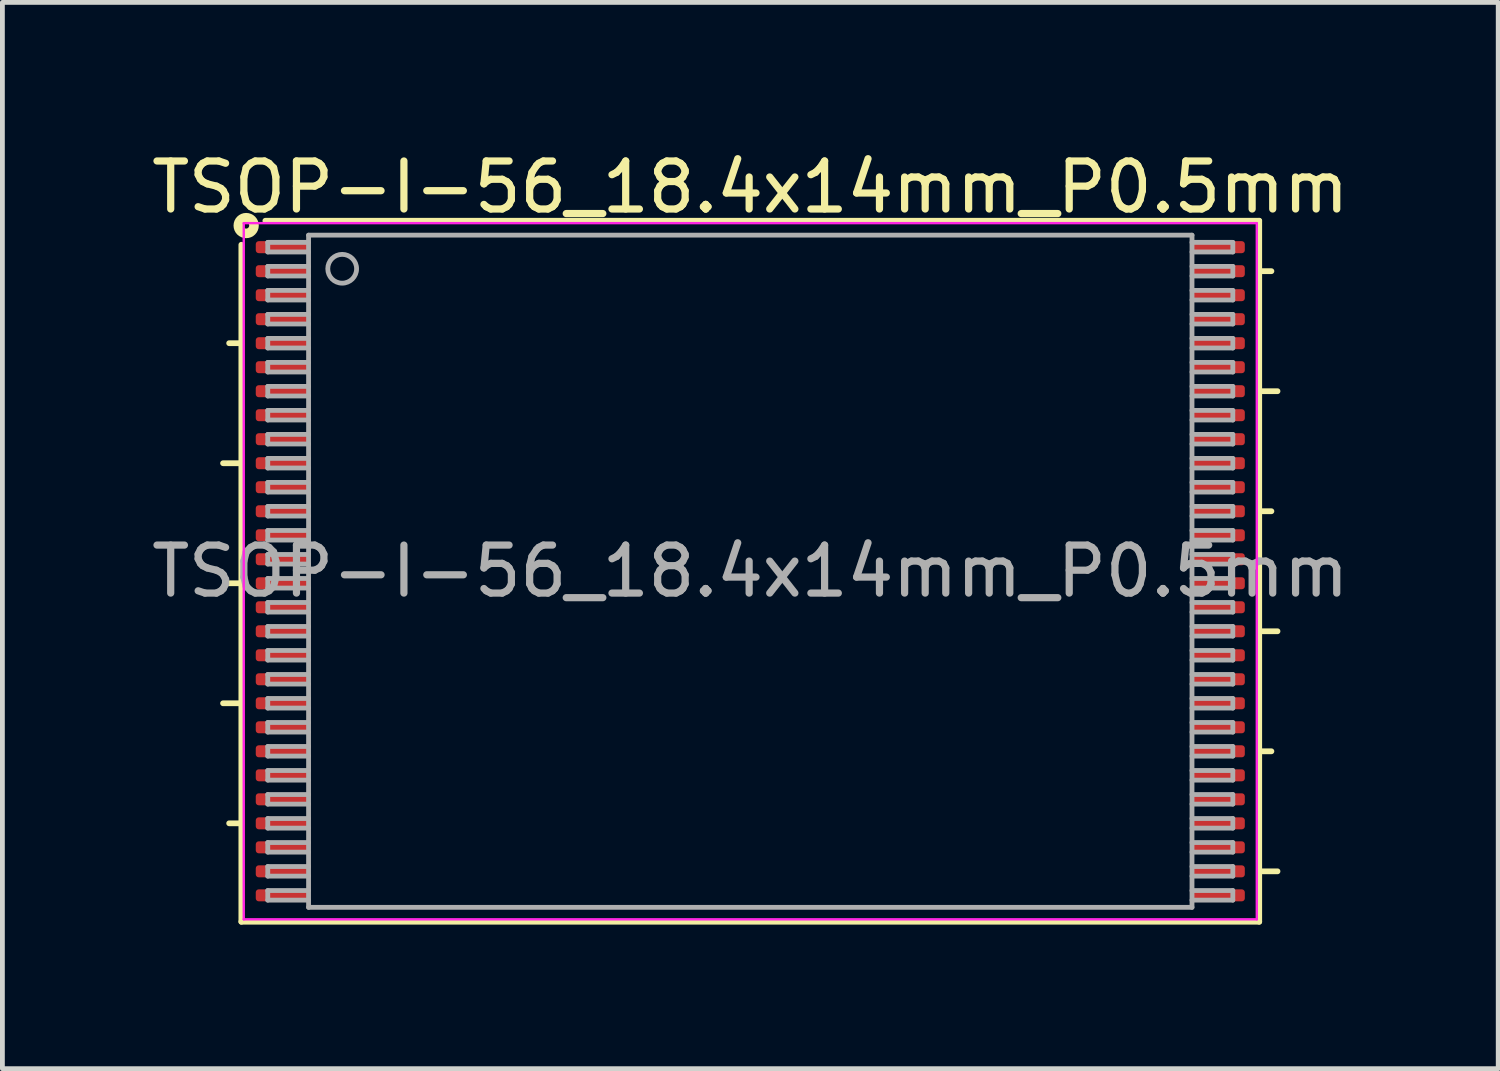
<source format=kicad_pcb>
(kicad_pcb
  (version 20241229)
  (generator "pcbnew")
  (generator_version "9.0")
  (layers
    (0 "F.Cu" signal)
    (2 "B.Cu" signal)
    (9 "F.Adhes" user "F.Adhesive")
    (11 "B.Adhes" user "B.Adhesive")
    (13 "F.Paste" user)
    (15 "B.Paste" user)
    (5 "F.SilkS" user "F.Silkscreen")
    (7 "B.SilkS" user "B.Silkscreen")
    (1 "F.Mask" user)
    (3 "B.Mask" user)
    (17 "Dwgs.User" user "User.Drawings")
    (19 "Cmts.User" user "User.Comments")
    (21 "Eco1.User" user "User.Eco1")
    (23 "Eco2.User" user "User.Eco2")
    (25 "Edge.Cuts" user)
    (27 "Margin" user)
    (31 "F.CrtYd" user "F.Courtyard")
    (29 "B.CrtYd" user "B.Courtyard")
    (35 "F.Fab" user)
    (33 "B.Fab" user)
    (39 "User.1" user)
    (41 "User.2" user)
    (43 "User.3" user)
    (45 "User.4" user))
  (footprint "TSOP-I-56_18.4x14mm_P0.5mm"
    (layer "F.Cu")
    (at 12.577 8.848)
    (property "Reference" "TSOP-I-56_18.4x14mm_P0.5mm" (at 0 -8 0) (layer "F.SilkS") (effects (font (size 1 1) (thickness 0.15))))
    (attr smd)
    (fp_line (start -10.981 -2.25) (end -10.6 -2.25) (stroke (width 0.12) (type solid)) (layer "F.SilkS"))
    (fp_line (start -10.981 2.75) (end -10.6 2.75) (stroke (width 0.12) (type solid)) (layer "F.SilkS"))
    (fp_line (start -10.854 -4.75) (end -10.6 -4.75) (stroke (width 0.12) (type solid)) (layer "F.SilkS"))
    (fp_line (start -10.854 0.25) (end -10.6 0.25) (stroke (width 0.12) (type solid)) (layer "F.SilkS"))
    (fp_line (start -10.854 5.25) (end -10.6 5.25) (stroke (width 0.12) (type solid)) (layer "F.SilkS"))
    (fp_line (start -10.6 -6.8) (end -10.6 7.3) (stroke (width 0.12) (type solid)) (layer "F.SilkS"))
    (fp_line (start -10.6 7.3) (end 10.6 7.3) (stroke (width 0.12) (type solid)) (layer "F.SilkS"))
    (fp_line (start 10.6 -7.3) (end -10.1 -7.3) (stroke (width 0.12) (type solid)) (layer "F.SilkS"))
    (fp_line (start 10.6 7.3) (end 10.6 -7.3) (stroke (width 0.12) (type solid)) (layer "F.SilkS"))
    (fp_line (start 10.854 -6.25) (end 10.6 -6.25) (stroke (width 0.12) (type solid)) (layer "F.SilkS"))
    (fp_line (start 10.854 -1.25) (end 10.6 -1.25) (stroke (width 0.12) (type solid)) (layer "F.SilkS"))
    (fp_line (start 10.854 3.75) (end 10.6 3.75) (stroke (width 0.12) (type solid)) (layer "F.SilkS"))
    (fp_line (start 10.981 -3.75) (end 10.6 -3.75) (stroke (width 0.12) (type solid)) (layer "F.SilkS"))
    (fp_line (start 10.981 1.25) (end 10.6 1.25) (stroke (width 0.12) (type solid)) (layer "F.SilkS"))
    (fp_line (start 10.981 6.25) (end 10.6 6.25) (stroke (width 0.12) (type solid)) (layer "F.SilkS"))
    (fp_circle (center -10.5 -7.2) (end -10.437 -7.2) (stroke (width 0.2) (type solid)) (fill no) (layer "F.SilkS"))
    (fp_line (start -10.55 -7.25) (end 10.55 -7.25) (stroke (width 0.05) (type solid)) (layer "F.CrtYd"))
    (fp_line (start -10.55 7.25) (end -10.55 -7.25) (stroke (width 0.05) (type solid)) (layer "F.CrtYd"))
    (fp_line (start 10.55 -7.25) (end 10.55 7.25) (stroke (width 0.05) (type solid)) (layer "F.CrtYd"))
    (fp_line (start 10.55 7.25) (end -10.55 7.25) (stroke (width 0.05) (type solid)) (layer "F.CrtYd"))
    (fp_line (start -10.05 -6.85) (end -10.05 -6.65) (stroke (width 0.1) (type solid)) (layer "F.Fab"))
    (fp_line (start -10.05 -6.85) (end -9.2 -6.85) (stroke (width 0.1) (type solid)) (layer "F.Fab"))
    (fp_line (start -10.05 -6.65) (end -9.2 -6.65) (stroke (width 0.1) (type solid)) (layer "F.Fab"))
    (fp_line (start -10.05 -6.35) (end -10.05 -6.15) (stroke (width 0.1) (type solid)) (layer "F.Fab"))
    (fp_line (start -10.05 -6.35) (end -9.2 -6.35) (stroke (width 0.1) (type solid)) (layer "F.Fab"))
    (fp_line (start -10.05 -6.15) (end -9.2 -6.15) (stroke (width 0.1) (type solid)) (layer "F.Fab"))
    (fp_line (start -10.05 -5.85) (end -10.05 -5.65) (stroke (width 0.1) (type solid)) (layer "F.Fab"))
    (fp_line (start -10.05 -5.85) (end -9.2 -5.85) (stroke (width 0.1) (type solid)) (layer "F.Fab"))
    (fp_line (start -10.05 -5.65) (end -9.2 -5.65) (stroke (width 0.1) (type solid)) (layer "F.Fab"))
    (fp_line (start -10.05 -5.35) (end -10.05 -5.15) (stroke (width 0.1) (type solid)) (layer "F.Fab"))
    (fp_line (start -10.05 -5.35) (end -9.2 -5.35) (stroke (width 0.1) (type solid)) (layer "F.Fab"))
    (fp_line (start -10.05 -5.15) (end -9.2 -5.15) (stroke (width 0.1) (type solid)) (layer "F.Fab"))
    (fp_line (start -10.05 -4.85) (end -10.05 -4.65) (stroke (width 0.1) (type solid)) (layer "F.Fab"))
    (fp_line (start -10.05 -4.85) (end -9.2 -4.85) (stroke (width 0.1) (type solid)) (layer "F.Fab"))
    (fp_line (start -10.05 -4.65) (end -9.2 -4.65) (stroke (width 0.1) (type solid)) (layer "F.Fab"))
    (fp_line (start -10.05 -4.35) (end -10.05 -4.15) (stroke (width 0.1) (type solid)) (layer "F.Fab"))
    (fp_line (start -10.05 -4.35) (end -9.2 -4.35) (stroke (width 0.1) (type solid)) (layer "F.Fab"))
    (fp_line (start -10.05 -4.15) (end -9.2 -4.15) (stroke (width 0.1) (type solid)) (layer "F.Fab"))
    (fp_line (start -10.05 -3.85) (end -10.05 -3.65) (stroke (width 0.1) (type solid)) (layer "F.Fab"))
    (fp_line (start -10.05 -3.85) (end -9.2 -3.85) (stroke (width 0.1) (type solid)) (layer "F.Fab"))
    (fp_line (start -10.05 -3.65) (end -9.2 -3.65) (stroke (width 0.1) (type solid)) (layer "F.Fab"))
    (fp_line (start -10.05 -3.35) (end -10.05 -3.15) (stroke (width 0.1) (type solid)) (layer "F.Fab"))
    (fp_line (start -10.05 -3.35) (end -9.2 -3.35) (stroke (width 0.1) (type solid)) (layer "F.Fab"))
    (fp_line (start -10.05 -3.15) (end -9.2 -3.15) (stroke (width 0.1) (type solid)) (layer "F.Fab"))
    (fp_line (start -10.05 -2.85) (end -10.05 -2.65) (stroke (width 0.1) (type solid)) (layer "F.Fab"))
    (fp_line (start -10.05 -2.85) (end -9.2 -2.85) (stroke (width 0.1) (type solid)) (layer "F.Fab"))
    (fp_line (start -10.05 -2.65) (end -9.2 -2.65) (stroke (width 0.1) (type solid)) (layer "F.Fab"))
    (fp_line (start -10.05 -2.35) (end -10.05 -2.15) (stroke (width 0.1) (type solid)) (layer "F.Fab"))
    (fp_line (start -10.05 -2.35) (end -9.2 -2.35) (stroke (width 0.1) (type solid)) (layer "F.Fab"))
    (fp_line (start -10.05 -2.15) (end -9.2 -2.15) (stroke (width 0.1) (type solid)) (layer "F.Fab"))
    (fp_line (start -10.05 -1.85) (end -10.05 -1.65) (stroke (width 0.1) (type solid)) (layer "F.Fab"))
    (fp_line (start -10.05 -1.85) (end -9.2 -1.85) (stroke (width 0.1) (type solid)) (layer "F.Fab"))
    (fp_line (start -10.05 -1.65) (end -9.2 -1.65) (stroke (width 0.1) (type solid)) (layer "F.Fab"))
    (fp_line (start -10.05 -1.35) (end -10.05 -1.15) (stroke (width 0.1) (type solid)) (layer "F.Fab"))
    (fp_line (start -10.05 -1.35) (end -9.2 -1.35) (stroke (width 0.1) (type solid)) (layer "F.Fab"))
    (fp_line (start -10.05 -1.15) (end -9.2 -1.15) (stroke (width 0.1) (type solid)) (layer "F.Fab"))
    (fp_line (start -10.05 -0.85) (end -10.05 -0.65) (stroke (width 0.1) (type solid)) (layer "F.Fab"))
    (fp_line (start -10.05 -0.85) (end -9.2 -0.85) (stroke (width 0.1) (type solid)) (layer "F.Fab"))
    (fp_line (start -10.05 -0.65) (end -9.2 -0.65) (stroke (width 0.1) (type solid)) (layer "F.Fab"))
    (fp_line (start -10.05 -0.35) (end -10.05 -0.15) (stroke (width 0.1) (type solid)) (layer "F.Fab"))
    (fp_line (start -10.05 -0.35) (end -9.2 -0.35) (stroke (width 0.1) (type solid)) (layer "F.Fab"))
    (fp_line (start -10.05 -0.15) (end -9.2 -0.15) (stroke (width 0.1) (type solid)) (layer "F.Fab"))
    (fp_line (start -10.05 0.15) (end -10.05 0.35) (stroke (width 0.1) (type solid)) (layer "F.Fab"))
    (fp_line (start -10.05 0.15) (end -9.2 0.15) (stroke (width 0.1) (type solid)) (layer "F.Fab"))
    (fp_line (start -10.05 0.35) (end -9.2 0.35) (stroke (width 0.1) (type solid)) (layer "F.Fab"))
    (fp_line (start -10.05 0.65) (end -10.05 0.85) (stroke (width 0.1) (type solid)) (layer "F.Fab"))
    (fp_line (start -10.05 0.65) (end -9.2 0.65) (stroke (width 0.1) (type solid)) (layer "F.Fab"))
    (fp_line (start -10.05 0.85) (end -9.2 0.85) (stroke (width 0.1) (type solid)) (layer "F.Fab"))
    (fp_line (start -10.05 1.15) (end -10.05 1.35) (stroke (width 0.1) (type solid)) (layer "F.Fab"))
    (fp_line (start -10.05 1.15) (end -9.2 1.15) (stroke (width 0.1) (type solid)) (layer "F.Fab"))
    (fp_line (start -10.05 1.35) (end -9.2 1.35) (stroke (width 0.1) (type solid)) (layer "F.Fab"))
    (fp_line (start -10.05 1.65) (end -10.05 1.85) (stroke (width 0.1) (type solid)) (layer "F.Fab"))
    (fp_line (start -10.05 1.65) (end -9.2 1.65) (stroke (width 0.1) (type solid)) (layer "F.Fab"))
    (fp_line (start -10.05 1.85) (end -9.2 1.85) (stroke (width 0.1) (type solid)) (layer "F.Fab"))
    (fp_line (start -10.05 2.15) (end -10.05 2.35) (stroke (width 0.1) (type solid)) (layer "F.Fab"))
    (fp_line (start -10.05 2.15) (end -9.2 2.15) (stroke (width 0.1) (type solid)) (layer "F.Fab"))
    (fp_line (start -10.05 2.35) (end -9.2 2.35) (stroke (width 0.1) (type solid)) (layer "F.Fab"))
    (fp_line (start -10.05 2.65) (end -10.05 2.85) (stroke (width 0.1) (type solid)) (layer "F.Fab"))
    (fp_line (start -10.05 2.65) (end -9.2 2.65) (stroke (width 0.1) (type solid)) (layer "F.Fab"))
    (fp_line (start -10.05 2.85) (end -9.2 2.85) (stroke (width 0.1) (type solid)) (layer "F.Fab"))
    (fp_line (start -10.05 3.15) (end -10.05 3.35) (stroke (width 0.1) (type solid)) (layer "F.Fab"))
    (fp_line (start -10.05 3.15) (end -9.2 3.15) (stroke (width 0.1) (type solid)) (layer "F.Fab"))
    (fp_line (start -10.05 3.35) (end -9.2 3.35) (stroke (width 0.1) (type solid)) (layer "F.Fab"))
    (fp_line (start -10.05 3.65) (end -10.05 3.85) (stroke (width 0.1) (type solid)) (layer "F.Fab"))
    (fp_line (start -10.05 3.65) (end -9.2 3.65) (stroke (width 0.1) (type solid)) (layer "F.Fab"))
    (fp_line (start -10.05 3.85) (end -9.2 3.85) (stroke (width 0.1) (type solid)) (layer "F.Fab"))
    (fp_line (start -10.05 4.15) (end -10.05 4.35) (stroke (width 0.1) (type solid)) (layer "F.Fab"))
    (fp_line (start -10.05 4.15) (end -9.2 4.15) (stroke (width 0.1) (type solid)) (layer "F.Fab"))
    (fp_line (start -10.05 4.35) (end -9.2 4.35) (stroke (width 0.1) (type solid)) (layer "F.Fab"))
    (fp_line (start -10.05 4.65) (end -10.05 4.85) (stroke (width 0.1) (type solid)) (layer "F.Fab"))
    (fp_line (start -10.05 4.65) (end -9.2 4.65) (stroke (width 0.1) (type solid)) (layer "F.Fab"))
    (fp_line (start -10.05 4.85) (end -9.2 4.85) (stroke (width 0.1) (type solid)) (layer "F.Fab"))
    (fp_line (start -10.05 5.15) (end -10.05 5.35) (stroke (width 0.1) (type solid)) (layer "F.Fab"))
    (fp_line (start -10.05 5.15) (end -9.2 5.15) (stroke (width 0.1) (type solid)) (layer "F.Fab"))
    (fp_line (start -10.05 5.35) (end -9.2 5.35) (stroke (width 0.1) (type solid)) (layer "F.Fab"))
    (fp_line (start -10.05 5.65) (end -10.05 5.85) (stroke (width 0.1) (type solid)) (layer "F.Fab"))
    (fp_line (start -10.05 5.65) (end -9.2 5.65) (stroke (width 0.1) (type solid)) (layer "F.Fab"))
    (fp_line (start -10.05 5.85) (end -9.2 5.85) (stroke (width 0.1) (type solid)) (layer "F.Fab"))
    (fp_line (start -10.05 6.15) (end -10.05 6.35) (stroke (width 0.1) (type solid)) (layer "F.Fab"))
    (fp_line (start -10.05 6.15) (end -9.2 6.15) (stroke (width 0.1) (type solid)) (layer "F.Fab"))
    (fp_line (start -10.05 6.35) (end -9.2 6.35) (stroke (width 0.1) (type solid)) (layer "F.Fab"))
    (fp_line (start -10.05 6.65) (end -10.05 6.85) (stroke (width 0.1) (type solid)) (layer "F.Fab"))
    (fp_line (start -10.05 6.65) (end -9.2 6.65) (stroke (width 0.1) (type solid)) (layer "F.Fab"))
    (fp_line (start -10.05 6.85) (end -9.2 6.85) (stroke (width 0.1) (type solid)) (layer "F.Fab"))
    (fp_line (start -9.2 -7) (end 9.2 -7) (stroke (width 0.1) (type solid)) (layer "F.Fab"))
    (fp_line (start -9.2 7) (end -9.2 -7) (stroke (width 0.1) (type solid)) (layer "F.Fab"))
    (fp_line (start 9.2 -7) (end 9.2 7) (stroke (width 0.1) (type solid)) (layer "F.Fab"))
    (fp_line (start 9.2 7) (end -9.2 7) (stroke (width 0.1) (type solid)) (layer "F.Fab"))
    (fp_line (start 10.05 -6.85) (end 9.2 -6.85) (stroke (width 0.1) (type solid)) (layer "F.Fab"))
    (fp_line (start 10.05 -6.65) (end 9.2 -6.65) (stroke (width 0.1) (type solid)) (layer "F.Fab"))
    (fp_line (start 10.05 -6.65) (end 10.05 -6.85) (stroke (width 0.1) (type solid)) (layer "F.Fab"))
    (fp_line (start 10.05 -6.35) (end 9.2 -6.35) (stroke (width 0.1) (type solid)) (layer "F.Fab"))
    (fp_line (start 10.05 -6.15) (end 9.2 -6.15) (stroke (width 0.1) (type solid)) (layer "F.Fab"))
    (fp_line (start 10.05 -6.15) (end 10.05 -6.35) (stroke (width 0.1) (type solid)) (layer "F.Fab"))
    (fp_line (start 10.05 -5.85) (end 9.2 -5.85) (stroke (width 0.1) (type solid)) (layer "F.Fab"))
    (fp_line (start 10.05 -5.65) (end 9.2 -5.65) (stroke (width 0.1) (type solid)) (layer "F.Fab"))
    (fp_line (start 10.05 -5.65) (end 10.05 -5.85) (stroke (width 0.1) (type solid)) (layer "F.Fab"))
    (fp_line (start 10.05 -5.35) (end 9.2 -5.35) (stroke (width 0.1) (type solid)) (layer "F.Fab"))
    (fp_line (start 10.05 -5.15) (end 9.2 -5.15) (stroke (width 0.1) (type solid)) (layer "F.Fab"))
    (fp_line (start 10.05 -5.15) (end 10.05 -5.35) (stroke (width 0.1) (type solid)) (layer "F.Fab"))
    (fp_line (start 10.05 -4.85) (end 9.2 -4.85) (stroke (width 0.1) (type solid)) (layer "F.Fab"))
    (fp_line (start 10.05 -4.65) (end 9.2 -4.65) (stroke (width 0.1) (type solid)) (layer "F.Fab"))
    (fp_line (start 10.05 -4.65) (end 10.05 -4.85) (stroke (width 0.1) (type solid)) (layer "F.Fab"))
    (fp_line (start 10.05 -4.35) (end 9.2 -4.35) (stroke (width 0.1) (type solid)) (layer "F.Fab"))
    (fp_line (start 10.05 -4.15) (end 9.2 -4.15) (stroke (width 0.1) (type solid)) (layer "F.Fab"))
    (fp_line (start 10.05 -4.15) (end 10.05 -4.35) (stroke (width 0.1) (type solid)) (layer "F.Fab"))
    (fp_line (start 10.05 -3.85) (end 9.2 -3.85) (stroke (width 0.1) (type solid)) (layer "F.Fab"))
    (fp_line (start 10.05 -3.65) (end 9.2 -3.65) (stroke (width 0.1) (type solid)) (layer "F.Fab"))
    (fp_line (start 10.05 -3.65) (end 10.05 -3.85) (stroke (width 0.1) (type solid)) (layer "F.Fab"))
    (fp_line (start 10.05 -3.35) (end 9.2 -3.35) (stroke (width 0.1) (type solid)) (layer "F.Fab"))
    (fp_line (start 10.05 -3.15) (end 9.2 -3.15) (stroke (width 0.1) (type solid)) (layer "F.Fab"))
    (fp_line (start 10.05 -3.15) (end 10.05 -3.35) (stroke (width 0.1) (type solid)) (layer "F.Fab"))
    (fp_line (start 10.05 -2.85) (end 9.2 -2.85) (stroke (width 0.1) (type solid)) (layer "F.Fab"))
    (fp_line (start 10.05 -2.65) (end 9.2 -2.65) (stroke (width 0.1) (type solid)) (layer "F.Fab"))
    (fp_line (start 10.05 -2.65) (end 10.05 -2.85) (stroke (width 0.1) (type solid)) (layer "F.Fab"))
    (fp_line (start 10.05 -2.35) (end 9.2 -2.35) (stroke (width 0.1) (type solid)) (layer "F.Fab"))
    (fp_line (start 10.05 -2.15) (end 9.2 -2.15) (stroke (width 0.1) (type solid)) (layer "F.Fab"))
    (fp_line (start 10.05 -2.15) (end 10.05 -2.35) (stroke (width 0.1) (type solid)) (layer "F.Fab"))
    (fp_line (start 10.05 -1.85) (end 9.2 -1.85) (stroke (width 0.1) (type solid)) (layer "F.Fab"))
    (fp_line (start 10.05 -1.65) (end 9.2 -1.65) (stroke (width 0.1) (type solid)) (layer "F.Fab"))
    (fp_line (start 10.05 -1.65) (end 10.05 -1.85) (stroke (width 0.1) (type solid)) (layer "F.Fab"))
    (fp_line (start 10.05 -1.35) (end 9.2 -1.35) (stroke (width 0.1) (type solid)) (layer "F.Fab"))
    (fp_line (start 10.05 -1.15) (end 9.2 -1.15) (stroke (width 0.1) (type solid)) (layer "F.Fab"))
    (fp_line (start 10.05 -1.15) (end 10.05 -1.35) (stroke (width 0.1) (type solid)) (layer "F.Fab"))
    (fp_line (start 10.05 -0.85) (end 9.2 -0.85) (stroke (width 0.1) (type solid)) (layer "F.Fab"))
    (fp_line (start 10.05 -0.65) (end 9.2 -0.65) (stroke (width 0.1) (type solid)) (layer "F.Fab"))
    (fp_line (start 10.05 -0.65) (end 10.05 -0.85) (stroke (width 0.1) (type solid)) (layer "F.Fab"))
    (fp_line (start 10.05 -0.35) (end 9.2 -0.35) (stroke (width 0.1) (type solid)) (layer "F.Fab"))
    (fp_line (start 10.05 -0.15) (end 9.2 -0.15) (stroke (width 0.1) (type solid)) (layer "F.Fab"))
    (fp_line (start 10.05 -0.15) (end 10.05 -0.35) (stroke (width 0.1) (type solid)) (layer "F.Fab"))
    (fp_line (start 10.05 0.15) (end 9.2 0.15) (stroke (width 0.1) (type solid)) (layer "F.Fab"))
    (fp_line (start 10.05 0.35) (end 9.2 0.35) (stroke (width 0.1) (type solid)) (layer "F.Fab"))
    (fp_line (start 10.05 0.35) (end 10.05 0.15) (stroke (width 0.1) (type solid)) (layer "F.Fab"))
    (fp_line (start 10.05 0.65) (end 9.2 0.65) (stroke (width 0.1) (type solid)) (layer "F.Fab"))
    (fp_line (start 10.05 0.85) (end 9.2 0.85) (stroke (width 0.1) (type solid)) (layer "F.Fab"))
    (fp_line (start 10.05 0.85) (end 10.05 0.65) (stroke (width 0.1) (type solid)) (layer "F.Fab"))
    (fp_line (start 10.05 1.15) (end 9.2 1.15) (stroke (width 0.1) (type solid)) (layer "F.Fab"))
    (fp_line (start 10.05 1.35) (end 9.2 1.35) (stroke (width 0.1) (type solid)) (layer "F.Fab"))
    (fp_line (start 10.05 1.35) (end 10.05 1.15) (stroke (width 0.1) (type solid)) (layer "F.Fab"))
    (fp_line (start 10.05 1.65) (end 9.2 1.65) (stroke (width 0.1) (type solid)) (layer "F.Fab"))
    (fp_line (start 10.05 1.85) (end 9.2 1.85) (stroke (width 0.1) (type solid)) (layer "F.Fab"))
    (fp_line (start 10.05 1.85) (end 10.05 1.65) (stroke (width 0.1) (type solid)) (layer "F.Fab"))
    (fp_line (start 10.05 2.15) (end 9.2 2.15) (stroke (width 0.1) (type solid)) (layer "F.Fab"))
    (fp_line (start 10.05 2.35) (end 9.2 2.35) (stroke (width 0.1) (type solid)) (layer "F.Fab"))
    (fp_line (start 10.05 2.35) (end 10.05 2.15) (stroke (width 0.1) (type solid)) (layer "F.Fab"))
    (fp_line (start 10.05 2.65) (end 9.2 2.65) (stroke (width 0.1) (type solid)) (layer "F.Fab"))
    (fp_line (start 10.05 2.85) (end 9.2 2.85) (stroke (width 0.1) (type solid)) (layer "F.Fab"))
    (fp_line (start 10.05 2.85) (end 10.05 2.65) (stroke (width 0.1) (type solid)) (layer "F.Fab"))
    (fp_line (start 10.05 3.15) (end 9.2 3.15) (stroke (width 0.1) (type solid)) (layer "F.Fab"))
    (fp_line (start 10.05 3.35) (end 9.2 3.35) (stroke (width 0.1) (type solid)) (layer "F.Fab"))
    (fp_line (start 10.05 3.35) (end 10.05 3.15) (stroke (width 0.1) (type solid)) (layer "F.Fab"))
    (fp_line (start 10.05 3.65) (end 9.2 3.65) (stroke (width 0.1) (type solid)) (layer "F.Fab"))
    (fp_line (start 10.05 3.85) (end 9.2 3.85) (stroke (width 0.1) (type solid)) (layer "F.Fab"))
    (fp_line (start 10.05 3.85) (end 10.05 3.65) (stroke (width 0.1) (type solid)) (layer "F.Fab"))
    (fp_line (start 10.05 4.15) (end 9.2 4.15) (stroke (width 0.1) (type solid)) (layer "F.Fab"))
    (fp_line (start 10.05 4.35) (end 9.2 4.35) (stroke (width 0.1) (type solid)) (layer "F.Fab"))
    (fp_line (start 10.05 4.35) (end 10.05 4.15) (stroke (width 0.1) (type solid)) (layer "F.Fab"))
    (fp_line (start 10.05 4.65) (end 9.2 4.65) (stroke (width 0.1) (type solid)) (layer "F.Fab"))
    (fp_line (start 10.05 4.85) (end 9.2 4.85) (stroke (width 0.1) (type solid)) (layer "F.Fab"))
    (fp_line (start 10.05 4.85) (end 10.05 4.65) (stroke (width 0.1) (type solid)) (layer "F.Fab"))
    (fp_line (start 10.05 5.15) (end 9.2 5.15) (stroke (width 0.1) (type solid)) (layer "F.Fab"))
    (fp_line (start 10.05 5.35) (end 9.2 5.35) (stroke (width 0.1) (type solid)) (layer "F.Fab"))
    (fp_line (start 10.05 5.35) (end 10.05 5.15) (stroke (width 0.1) (type solid)) (layer "F.Fab"))
    (fp_line (start 10.05 5.65) (end 9.2 5.65) (stroke (width 0.1) (type solid)) (layer "F.Fab"))
    (fp_line (start 10.05 5.85) (end 9.2 5.85) (stroke (width 0.1) (type solid)) (layer "F.Fab"))
    (fp_line (start 10.05 5.85) (end 10.05 5.65) (stroke (width 0.1) (type solid)) (layer "F.Fab"))
    (fp_line (start 10.05 6.15) (end 9.2 6.15) (stroke (width 0.1) (type solid)) (layer "F.Fab"))
    (fp_line (start 10.05 6.35) (end 9.2 6.35) (stroke (width 0.1) (type solid)) (layer "F.Fab"))
    (fp_line (start 10.05 6.35) (end 10.05 6.15) (stroke (width 0.1) (type solid)) (layer "F.Fab"))
    (fp_line (start 10.05 6.65) (end 9.2 6.65) (stroke (width 0.1) (type solid)) (layer "F.Fab"))
    (fp_line (start 10.05 6.85) (end 9.2 6.85) (stroke (width 0.1) (type solid)) (layer "F.Fab"))
    (fp_line (start 10.05 6.85) (end 10.05 6.65) (stroke (width 0.1) (type solid)) (layer "F.Fab"))
    (fp_circle (center -8.5 -6.3) (end -8.2 -6.3) (stroke (width 0.1) (type solid)) (fill no) (layer "F.Fab"))
    (fp_text user "${REFERENCE}" (at 0 0 0) (layer "F.Fab") (effects (font (size 1 1) (thickness 0.15))))
    (pad "1" smd roundrect (at -9.75 -6.75) (size 1.1 0.25) (layers "F.Cu" "F.Mask" "F.Paste") (roundrect_rratio 0.25))
    (pad "2" smd roundrect (at -9.75 -6.25) (size 1.1 0.25) (layers "F.Cu" "F.Mask" "F.Paste") (roundrect_rratio 0.25))
    (pad "3" smd roundrect (at -9.75 -5.75) (size 1.1 0.25) (layers "F.Cu" "F.Mask" "F.Paste") (roundrect_rratio 0.25))
    (pad "4" smd roundrect (at -9.75 -5.25) (size 1.1 0.25) (layers "F.Cu" "F.Mask" "F.Paste") (roundrect_rratio 0.25))
    (pad "5" smd roundrect (at -9.75 -4.75) (size 1.1 0.25) (layers "F.Cu" "F.Mask" "F.Paste") (roundrect_rratio 0.25))
    (pad "6" smd roundrect (at -9.75 -4.25) (size 1.1 0.25) (layers "F.Cu" "F.Mask" "F.Paste") (roundrect_rratio 0.25))
    (pad "7" smd roundrect (at -9.75 -3.75) (size 1.1 0.25) (layers "F.Cu" "F.Mask" "F.Paste") (roundrect_rratio 0.25))
    (pad "8" smd roundrect (at -9.75 -3.25) (size 1.1 0.25) (layers "F.Cu" "F.Mask" "F.Paste") (roundrect_rratio 0.25))
    (pad "9" smd roundrect (at -9.75 -2.75) (size 1.1 0.25) (layers "F.Cu" "F.Mask" "F.Paste") (roundrect_rratio 0.25))
    (pad "10" smd roundrect (at -9.75 -2.25) (size 1.1 0.25) (layers "F.Cu" "F.Mask" "F.Paste") (roundrect_rratio 0.25))
    (pad "11" smd roundrect (at -9.75 -1.75) (size 1.1 0.25) (layers "F.Cu" "F.Mask" "F.Paste") (roundrect_rratio 0.25))
    (pad "12" smd roundrect (at -9.75 -1.25) (size 1.1 0.25) (layers "F.Cu" "F.Mask" "F.Paste") (roundrect_rratio 0.25))
    (pad "13" smd roundrect (at -9.75 -0.75) (size 1.1 0.25) (layers "F.Cu" "F.Mask" "F.Paste") (roundrect_rratio 0.25))
    (pad "14" smd roundrect (at -9.75 -0.25) (size 1.1 0.25) (layers "F.Cu" "F.Mask" "F.Paste") (roundrect_rratio 0.25))
    (pad "15" smd roundrect (at -9.75 0.25) (size 1.1 0.25) (layers "F.Cu" "F.Mask" "F.Paste") (roundrect_rratio 0.25))
    (pad "16" smd roundrect (at -9.75 0.75) (size 1.1 0.25) (layers "F.Cu" "F.Mask" "F.Paste") (roundrect_rratio 0.25))
    (pad "17" smd roundrect (at -9.75 1.25) (size 1.1 0.25) (layers "F.Cu" "F.Mask" "F.Paste") (roundrect_rratio 0.25))
    (pad "18" smd roundrect (at -9.75 1.75) (size 1.1 0.25) (layers "F.Cu" "F.Mask" "F.Paste") (roundrect_rratio 0.25))
    (pad "19" smd roundrect (at -9.75 2.25) (size 1.1 0.25) (layers "F.Cu" "F.Mask" "F.Paste") (roundrect_rratio 0.25))
    (pad "20" smd roundrect (at -9.75 2.75) (size 1.1 0.25) (layers "F.Cu" "F.Mask" "F.Paste") (roundrect_rratio 0.25))
    (pad "21" smd roundrect (at -9.75 3.25) (size 1.1 0.25) (layers "F.Cu" "F.Mask" "F.Paste") (roundrect_rratio 0.25))
    (pad "22" smd roundrect (at -9.75 3.75) (size 1.1 0.25) (layers "F.Cu" "F.Mask" "F.Paste") (roundrect_rratio 0.25))
    (pad "23" smd roundrect (at -9.75 4.25) (size 1.1 0.25) (layers "F.Cu" "F.Mask" "F.Paste") (roundrect_rratio 0.25))
    (pad "24" smd roundrect (at -9.75 4.75) (size 1.1 0.25) (layers "F.Cu" "F.Mask" "F.Paste") (roundrect_rratio 0.25))
    (pad "25" smd roundrect (at -9.75 5.25) (size 1.1 0.25) (layers "F.Cu" "F.Mask" "F.Paste") (roundrect_rratio 0.25))
    (pad "26" smd roundrect (at -9.75 5.75) (size 1.1 0.25) (layers "F.Cu" "F.Mask" "F.Paste") (roundrect_rratio 0.25))
    (pad "27" smd roundrect (at -9.75 6.25) (size 1.1 0.25) (layers "F.Cu" "F.Mask" "F.Paste") (roundrect_rratio 0.25))
    (pad "28" smd roundrect (at -9.75 6.75) (size 1.1 0.25) (layers "F.Cu" "F.Mask" "F.Paste") (roundrect_rratio 0.25))
    (pad "29" smd roundrect (at 9.75 6.75) (size 1.1 0.25) (layers "F.Cu" "F.Mask" "F.Paste") (roundrect_rratio 0.25))
    (pad "30" smd roundrect (at 9.75 6.25) (size 1.1 0.25) (layers "F.Cu" "F.Mask" "F.Paste") (roundrect_rratio 0.25))
    (pad "31" smd roundrect (at 9.75 5.75) (size 1.1 0.25) (layers "F.Cu" "F.Mask" "F.Paste") (roundrect_rratio 0.25))
    (pad "32" smd roundrect (at 9.75 5.25) (size 1.1 0.25) (layers "F.Cu" "F.Mask" "F.Paste") (roundrect_rratio 0.25))
    (pad "33" smd roundrect (at 9.75 4.75) (size 1.1 0.25) (layers "F.Cu" "F.Mask" "F.Paste") (roundrect_rratio 0.25))
    (pad "34" smd roundrect (at 9.75 4.25) (size 1.1 0.25) (layers "F.Cu" "F.Mask" "F.Paste") (roundrect_rratio 0.25))
    (pad "35" smd roundrect (at 9.75 3.75) (size 1.1 0.25) (layers "F.Cu" "F.Mask" "F.Paste") (roundrect_rratio 0.25))
    (pad "36" smd roundrect (at 9.75 3.25) (size 1.1 0.25) (layers "F.Cu" "F.Mask" "F.Paste") (roundrect_rratio 0.25))
    (pad "37" smd roundrect (at 9.75 2.75) (size 1.1 0.25) (layers "F.Cu" "F.Mask" "F.Paste") (roundrect_rratio 0.25))
    (pad "38" smd roundrect (at 9.75 2.25) (size 1.1 0.25) (layers "F.Cu" "F.Mask" "F.Paste") (roundrect_rratio 0.25))
    (pad "39" smd roundrect (at 9.75 1.75) (size 1.1 0.25) (layers "F.Cu" "F.Mask" "F.Paste") (roundrect_rratio 0.25))
    (pad "40" smd roundrect (at 9.75 1.25) (size 1.1 0.25) (layers "F.Cu" "F.Mask" "F.Paste") (roundrect_rratio 0.25))
    (pad "41" smd roundrect (at 9.75 0.75) (size 1.1 0.25) (layers "F.Cu" "F.Mask" "F.Paste") (roundrect_rratio 0.25))
    (pad "42" smd roundrect (at 9.75 0.25) (size 1.1 0.25) (layers "F.Cu" "F.Mask" "F.Paste") (roundrect_rratio 0.25))
    (pad "43" smd roundrect (at 9.75 -0.25) (size 1.1 0.25) (layers "F.Cu" "F.Mask" "F.Paste") (roundrect_rratio 0.25))
    (pad "44" smd roundrect (at 9.75 -0.75) (size 1.1 0.25) (layers "F.Cu" "F.Mask" "F.Paste") (roundrect_rratio 0.25))
    (pad "45" smd roundrect (at 9.75 -1.25) (size 1.1 0.25) (layers "F.Cu" "F.Mask" "F.Paste") (roundrect_rratio 0.25))
    (pad "46" smd roundrect (at 9.75 -1.75) (size 1.1 0.25) (layers "F.Cu" "F.Mask" "F.Paste") (roundrect_rratio 0.25))
    (pad "47" smd roundrect (at 9.75 -2.25) (size 1.1 0.25) (layers "F.Cu" "F.Mask" "F.Paste") (roundrect_rratio 0.25))
    (pad "48" smd roundrect (at 9.75 -2.75) (size 1.1 0.25) (layers "F.Cu" "F.Mask" "F.Paste") (roundrect_rratio 0.25))
    (pad "49" smd roundrect (at 9.75 -3.25) (size 1.1 0.25) (layers "F.Cu" "F.Mask" "F.Paste") (roundrect_rratio 0.25))
    (pad "50" smd roundrect (at 9.75 -3.75) (size 1.1 0.25) (layers "F.Cu" "F.Mask" "F.Paste") (roundrect_rratio 0.25))
    (pad "51" smd roundrect (at 9.75 -4.25) (size 1.1 0.25) (layers "F.Cu" "F.Mask" "F.Paste") (roundrect_rratio 0.25))
    (pad "52" smd roundrect (at 9.75 -4.75) (size 1.1 0.25) (layers "F.Cu" "F.Mask" "F.Paste") (roundrect_rratio 0.25))
    (pad "53" smd roundrect (at 9.75 -5.25) (size 1.1 0.25) (layers "F.Cu" "F.Mask" "F.Paste") (roundrect_rratio 0.25))
    (pad "54" smd roundrect (at 9.75 -5.75) (size 1.1 0.25) (layers "F.Cu" "F.Mask" "F.Paste") (roundrect_rratio 0.25))
    (pad "55" smd roundrect (at 9.75 -6.25) (size 1.1 0.25) (layers "F.Cu" "F.Mask" "F.Paste") (roundrect_rratio 0.25))
    (pad "56" smd roundrect (at 9.75 -6.75) (size 1.1 0.25) (layers "F.Cu" "F.Mask" "F.Paste") (roundrect_rratio 0.25)))
  (gr_rect
    (start -3 -3)
    (end 28.155 19.208)
    (stroke (width 0.1) (type default))
    (fill no)
    (layer "Edge.Cuts")))
</source>
